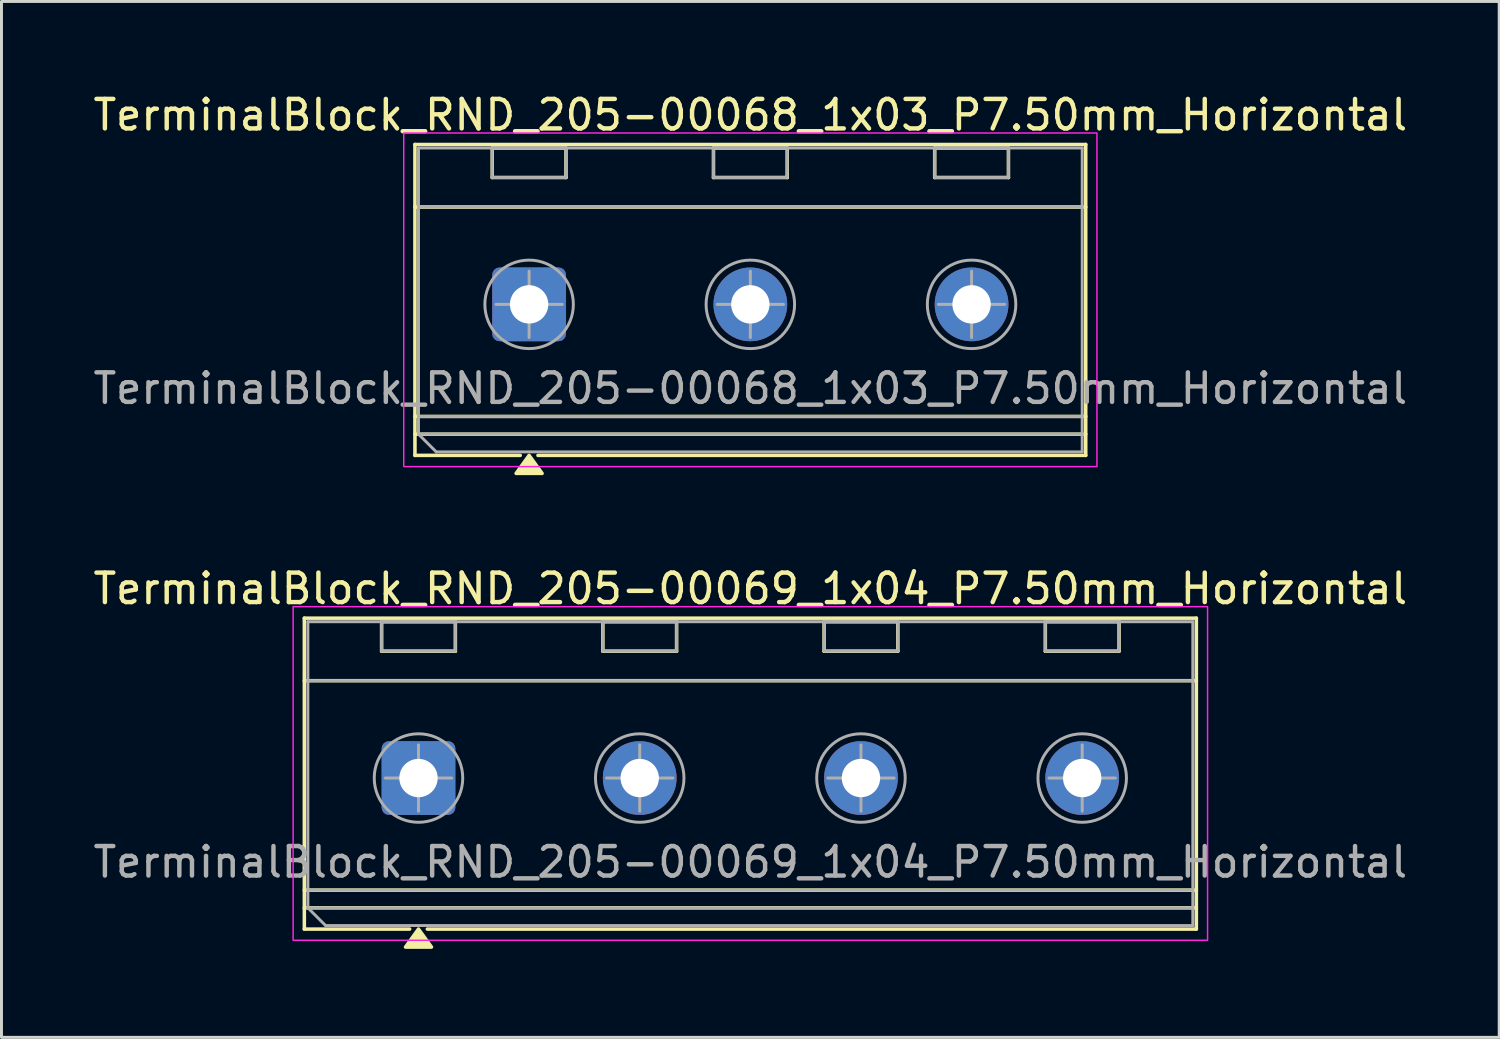
<source format=kicad_pcb>
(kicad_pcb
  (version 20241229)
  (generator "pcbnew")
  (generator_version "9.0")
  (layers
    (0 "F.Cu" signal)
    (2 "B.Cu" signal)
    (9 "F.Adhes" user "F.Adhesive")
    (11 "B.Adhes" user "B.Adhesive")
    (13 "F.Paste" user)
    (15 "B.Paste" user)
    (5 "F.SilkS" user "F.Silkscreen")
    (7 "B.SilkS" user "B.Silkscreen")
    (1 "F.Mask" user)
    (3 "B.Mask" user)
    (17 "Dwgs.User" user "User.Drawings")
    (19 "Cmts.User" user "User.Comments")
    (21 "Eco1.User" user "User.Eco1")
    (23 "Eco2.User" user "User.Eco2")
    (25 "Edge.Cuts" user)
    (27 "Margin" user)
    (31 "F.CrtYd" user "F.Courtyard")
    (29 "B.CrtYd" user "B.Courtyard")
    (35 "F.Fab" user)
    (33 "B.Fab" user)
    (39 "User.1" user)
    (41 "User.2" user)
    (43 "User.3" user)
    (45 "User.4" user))
  (footprint "TerminalBlock_RND_205-00068_1x03_P7.50mm_Horizontal"
    (layer "F.Cu")
    (at 14.887 7.268)
    (property "Reference" "TerminalBlock_RND_205-00068_1x03_P7.50mm_Horizontal" (at 7.5 -6.42 0) (layer "F.SilkS") (effects (font (size 1 1) (thickness 0.15))))
    (attr through_hole)
    (fp_line (start -3.87 -5.42) (end 18.87 -5.42) (stroke (width 0.12) (type solid)) (layer "F.SilkS"))
    (fp_line (start -3.87 -3.3) (end 18.87 -3.3) (stroke (width 0.12) (type solid)) (layer "F.SilkS"))
    (fp_line (start -3.87 3.8) (end 18.87 3.8) (stroke (width 0.12) (type solid)) (layer "F.SilkS"))
    (fp_line (start -3.87 4.4) (end 18.87 4.4) (stroke (width 0.12) (type solid)) (layer "F.SilkS"))
    (fp_line (start -3.87 5.12) (end -3.87 -5.42) (stroke (width 0.12) (type solid)) (layer "F.SilkS"))
    (fp_line (start -1.25 -5.3) (end 1.25 -5.3) (stroke (width 0.12) (type solid)) (layer "F.SilkS"))
    (fp_line (start -1.25 -4.3) (end -1.25 -5.3) (stroke (width 0.12) (type solid)) (layer "F.SilkS"))
    (fp_line (start -0.3 5.12) (end -3.87 5.12) (stroke (width 0.12) (type solid)) (layer "F.SilkS"))
    (fp_line (start 1.25 -5.3) (end 1.25 -4.3) (stroke (width 0.12) (type solid)) (layer "F.SilkS"))
    (fp_line (start 1.25 -4.3) (end -1.25 -4.3) (stroke (width 0.12) (type solid)) (layer "F.SilkS"))
    (fp_line (start 6.25 -5.3) (end 8.75 -5.3) (stroke (width 0.12) (type solid)) (layer "F.SilkS"))
    (fp_line (start 6.25 -4.3) (end 6.25 -5.3) (stroke (width 0.12) (type solid)) (layer "F.SilkS"))
    (fp_line (start 8.75 -5.3) (end 8.75 -4.3) (stroke (width 0.12) (type solid)) (layer "F.SilkS"))
    (fp_line (start 8.75 -4.3) (end 6.25 -4.3) (stroke (width 0.12) (type solid)) (layer "F.SilkS"))
    (fp_line (start 13.75 -5.3) (end 16.25 -5.3) (stroke (width 0.12) (type solid)) (layer "F.SilkS"))
    (fp_line (start 13.75 -4.3) (end 13.75 -5.3) (stroke (width 0.12) (type solid)) (layer "F.SilkS"))
    (fp_line (start 16.25 -5.3) (end 16.25 -4.3) (stroke (width 0.12) (type solid)) (layer "F.SilkS"))
    (fp_line (start 16.25 -4.3) (end 13.75 -4.3) (stroke (width 0.12) (type solid)) (layer "F.SilkS"))
    (fp_line (start 18.87 -5.42) (end 18.87 5.12) (stroke (width 0.12) (type solid)) (layer "F.SilkS"))
    (fp_line (start 18.87 5.12) (end 0.3 5.12) (stroke (width 0.12) (type solid)) (layer "F.SilkS"))
    (fp_poly (pts (xy 0 5.12) (xy 0.44 5.73) (xy -0.44 5.73)) (stroke (width 0.12) (type solid)) (fill yes) (layer "F.SilkS"))
    (fp_rect (start -4.25 -5.81) (end 19.25 5.5) (stroke (width 0.05) (type solid)) (fill no) (layer "F.CrtYd"))
    (fp_line (start -3.75 -5.3) (end 18.75 -5.3) (stroke (width 0.1) (type solid)) (layer "F.Fab"))
    (fp_line (start -3.75 -3.3) (end 18.75 -3.3) (stroke (width 0.1) (type solid)) (layer "F.Fab"))
    (fp_line (start -3.75 3.8) (end 18.75 3.8) (stroke (width 0.1) (type solid)) (layer "F.Fab"))
    (fp_line (start -3.75 4.4) (end -3.75 -5.3) (stroke (width 0.1) (type solid)) (layer "F.Fab"))
    (fp_line (start -3.75 4.4) (end 18.75 4.4) (stroke (width 0.1) (type solid)) (layer "F.Fab"))
    (fp_line (start -3.15 5) (end -3.75 4.4) (stroke (width 0.1) (type solid)) (layer "F.Fab"))
    (fp_line (start -1.125 0) (end 1.125 0) (stroke (width 0.1) (type solid)) (layer "F.Fab"))
    (fp_line (start 0 -1.125) (end 0 1.125) (stroke (width 0.1) (type solid)) (layer "F.Fab"))
    (fp_line (start 6.375 0) (end 8.625 0) (stroke (width 0.1) (type solid)) (layer "F.Fab"))
    (fp_line (start 7.5 -1.125) (end 7.5 1.125) (stroke (width 0.1) (type solid)) (layer "F.Fab"))
    (fp_line (start 13.875 0) (end 16.125 0) (stroke (width 0.1) (type solid)) (layer "F.Fab"))
    (fp_line (start 15 -1.125) (end 15 1.125) (stroke (width 0.1) (type solid)) (layer "F.Fab"))
    (fp_line (start 18.75 -5.3) (end 18.75 5) (stroke (width 0.1) (type solid)) (layer "F.Fab"))
    (fp_line (start 18.75 5) (end -3.15 5) (stroke (width 0.1) (type solid)) (layer "F.Fab"))
    (fp_rect (start -1.25 -5.3) (end 1.25 -4.3) (stroke (width 0.1) (type solid)) (fill no) (layer "F.Fab"))
    (fp_rect (start 6.25 -5.3) (end 8.75 -4.3) (stroke (width 0.1) (type solid)) (fill no) (layer "F.Fab"))
    (fp_rect (start 13.75 -5.3) (end 16.25 -4.3) (stroke (width 0.1) (type solid)) (fill no) (layer "F.Fab"))
    (fp_circle (center 0 0) (end 1.5 0) (stroke (width 0.1) (type solid)) (fill no) (layer "F.Fab"))
    (fp_circle (center 7.5 0) (end 9 0) (stroke (width 0.1) (type solid)) (fill no) (layer "F.Fab"))
    (fp_circle (center 15 0) (end 16.5 0) (stroke (width 0.1) (type solid)) (fill no) (layer "F.Fab"))
    (fp_text user "${REFERENCE}" (at 7.5 2.85 0) (layer "F.Fab") (effects (font (size 1 1) (thickness 0.15))))
    (pad "1" thru_hole roundrect (at 0 0) (size 2.5 2.5) (drill 1.3) (layers "*.Cu" "*.Mask") (roundrect_rratio 0.1))
    (pad "2" thru_hole circle (at 7.5 0) (size 2.5 2.5) (drill 1.3) (layers "*.Cu" "*.Mask"))
    (pad "3" thru_hole circle (at 15 0) (size 2.5 2.5) (drill 1.3) (layers "*.Cu" "*.Mask")))
  (footprint "TerminalBlock_RND_205-00069_1x04_P7.50mm_Horizontal"
    (layer "F.Cu")
    (at 11.137 23.326)
    (property "Reference" "TerminalBlock_RND_205-00069_1x04_P7.50mm_Horizontal" (at 11.25 -6.42 0) (layer "F.SilkS") (effects (font (size 1 1) (thickness 0.15))))
    (attr through_hole)
    (fp_line (start -3.87 -5.42) (end 26.37 -5.42) (stroke (width 0.12) (type solid)) (layer "F.SilkS"))
    (fp_line (start -3.87 -3.3) (end 26.37 -3.3) (stroke (width 0.12) (type solid)) (layer "F.SilkS"))
    (fp_line (start -3.87 3.8) (end 26.37 3.8) (stroke (width 0.12) (type solid)) (layer "F.SilkS"))
    (fp_line (start -3.87 4.4) (end 26.37 4.4) (stroke (width 0.12) (type solid)) (layer "F.SilkS"))
    (fp_line (start -3.87 5.12) (end -3.87 -5.42) (stroke (width 0.12) (type solid)) (layer "F.SilkS"))
    (fp_line (start -1.25 -5.3) (end 1.25 -5.3) (stroke (width 0.12) (type solid)) (layer "F.SilkS"))
    (fp_line (start -1.25 -4.3) (end -1.25 -5.3) (stroke (width 0.12) (type solid)) (layer "F.SilkS"))
    (fp_line (start -0.3 5.12) (end -3.87 5.12) (stroke (width 0.12) (type solid)) (layer "F.SilkS"))
    (fp_line (start 1.25 -5.3) (end 1.25 -4.3) (stroke (width 0.12) (type solid)) (layer "F.SilkS"))
    (fp_line (start 1.25 -4.3) (end -1.25 -4.3) (stroke (width 0.12) (type solid)) (layer "F.SilkS"))
    (fp_line (start 6.25 -5.3) (end 8.75 -5.3) (stroke (width 0.12) (type solid)) (layer "F.SilkS"))
    (fp_line (start 6.25 -4.3) (end 6.25 -5.3) (stroke (width 0.12) (type solid)) (layer "F.SilkS"))
    (fp_line (start 8.75 -5.3) (end 8.75 -4.3) (stroke (width 0.12) (type solid)) (layer "F.SilkS"))
    (fp_line (start 8.75 -4.3) (end 6.25 -4.3) (stroke (width 0.12) (type solid)) (layer "F.SilkS"))
    (fp_line (start 13.75 -5.3) (end 16.25 -5.3) (stroke (width 0.12) (type solid)) (layer "F.SilkS"))
    (fp_line (start 13.75 -4.3) (end 13.75 -5.3) (stroke (width 0.12) (type solid)) (layer "F.SilkS"))
    (fp_line (start 16.25 -5.3) (end 16.25 -4.3) (stroke (width 0.12) (type solid)) (layer "F.SilkS"))
    (fp_line (start 16.25 -4.3) (end 13.75 -4.3) (stroke (width 0.12) (type solid)) (layer "F.SilkS"))
    (fp_line (start 21.25 -5.3) (end 23.75 -5.3) (stroke (width 0.12) (type solid)) (layer "F.SilkS"))
    (fp_line (start 21.25 -4.3) (end 21.25 -5.3) (stroke (width 0.12) (type solid)) (layer "F.SilkS"))
    (fp_line (start 23.75 -5.3) (end 23.75 -4.3) (stroke (width 0.12) (type solid)) (layer "F.SilkS"))
    (fp_line (start 23.75 -4.3) (end 21.25 -4.3) (stroke (width 0.12) (type solid)) (layer "F.SilkS"))
    (fp_line (start 26.37 -5.42) (end 26.37 5.12) (stroke (width 0.12) (type solid)) (layer "F.SilkS"))
    (fp_line (start 26.37 5.12) (end 0.3 5.12) (stroke (width 0.12) (type solid)) (layer "F.SilkS"))
    (fp_poly (pts (xy 0 5.12) (xy 0.44 5.73) (xy -0.44 5.73)) (stroke (width 0.12) (type solid)) (fill yes) (layer "F.SilkS"))
    (fp_rect (start -4.25 -5.81) (end 26.75 5.5) (stroke (width 0.05) (type solid)) (fill no) (layer "F.CrtYd"))
    (fp_line (start -3.75 -5.3) (end 26.25 -5.3) (stroke (width 0.1) (type solid)) (layer "F.Fab"))
    (fp_line (start -3.75 -3.3) (end 26.25 -3.3) (stroke (width 0.1) (type solid)) (layer "F.Fab"))
    (fp_line (start -3.75 3.8) (end 26.25 3.8) (stroke (width 0.1) (type solid)) (layer "F.Fab"))
    (fp_line (start -3.75 4.4) (end -3.75 -5.3) (stroke (width 0.1) (type solid)) (layer "F.Fab"))
    (fp_line (start -3.75 4.4) (end 26.25 4.4) (stroke (width 0.1) (type solid)) (layer "F.Fab"))
    (fp_line (start -3.15 5) (end -3.75 4.4) (stroke (width 0.1) (type solid)) (layer "F.Fab"))
    (fp_line (start -1.125 0) (end 1.125 0) (stroke (width 0.1) (type solid)) (layer "F.Fab"))
    (fp_line (start 0 -1.125) (end 0 1.125) (stroke (width 0.1) (type solid)) (layer "F.Fab"))
    (fp_line (start 6.375 0) (end 8.625 0) (stroke (width 0.1) (type solid)) (layer "F.Fab"))
    (fp_line (start 7.5 -1.125) (end 7.5 1.125) (stroke (width 0.1) (type solid)) (layer "F.Fab"))
    (fp_line (start 13.875 0) (end 16.125 0) (stroke (width 0.1) (type solid)) (layer "F.Fab"))
    (fp_line (start 15 -1.125) (end 15 1.125) (stroke (width 0.1) (type solid)) (layer "F.Fab"))
    (fp_line (start 21.375 0) (end 23.625 0) (stroke (width 0.1) (type solid)) (layer "F.Fab"))
    (fp_line (start 22.5 -1.125) (end 22.5 1.125) (stroke (width 0.1) (type solid)) (layer "F.Fab"))
    (fp_line (start 26.25 -5.3) (end 26.25 5) (stroke (width 0.1) (type solid)) (layer "F.Fab"))
    (fp_line (start 26.25 5) (end -3.15 5) (stroke (width 0.1) (type solid)) (layer "F.Fab"))
    (fp_rect (start -1.25 -5.3) (end 1.25 -4.3) (stroke (width 0.1) (type solid)) (fill no) (layer "F.Fab"))
    (fp_rect (start 6.25 -5.3) (end 8.75 -4.3) (stroke (width 0.1) (type solid)) (fill no) (layer "F.Fab"))
    (fp_rect (start 13.75 -5.3) (end 16.25 -4.3) (stroke (width 0.1) (type solid)) (fill no) (layer "F.Fab"))
    (fp_rect (start 21.25 -5.3) (end 23.75 -4.3) (stroke (width 0.1) (type solid)) (fill no) (layer "F.Fab"))
    (fp_circle (center 0 0) (end 1.5 0) (stroke (width 0.1) (type solid)) (fill no) (layer "F.Fab"))
    (fp_circle (center 7.5 0) (end 9 0) (stroke (width 0.1) (type solid)) (fill no) (layer "F.Fab"))
    (fp_circle (center 15 0) (end 16.5 0) (stroke (width 0.1) (type solid)) (fill no) (layer "F.Fab"))
    (fp_circle (center 22.5 0) (end 24 0) (stroke (width 0.1) (type solid)) (fill no) (layer "F.Fab"))
    (fp_text user "${REFERENCE}" (at 11.25 2.85 0) (layer "F.Fab") (effects (font (size 1 1) (thickness 0.15))))
    (pad "1" thru_hole roundrect (at 0 0) (size 2.5 2.5) (drill 1.3) (layers "*.Cu" "*.Mask") (roundrect_rratio 0.1))
    (pad "2" thru_hole circle (at 7.5 0) (size 2.5 2.5) (drill 1.3) (layers "*.Cu" "*.Mask"))
    (pad "3" thru_hole circle (at 15 0) (size 2.5 2.5) (drill 1.3) (layers "*.Cu" "*.Mask"))
    (pad "4" thru_hole circle (at 22.5 0) (size 2.5 2.5) (drill 1.3) (layers "*.Cu" "*.Mask")))
  (gr_rect
    (start -3 -3)
    (end 47.774 32.117)
    (stroke (width 0.1) (type default))
    (fill no)
    (layer "Edge.Cuts")))
</source>
